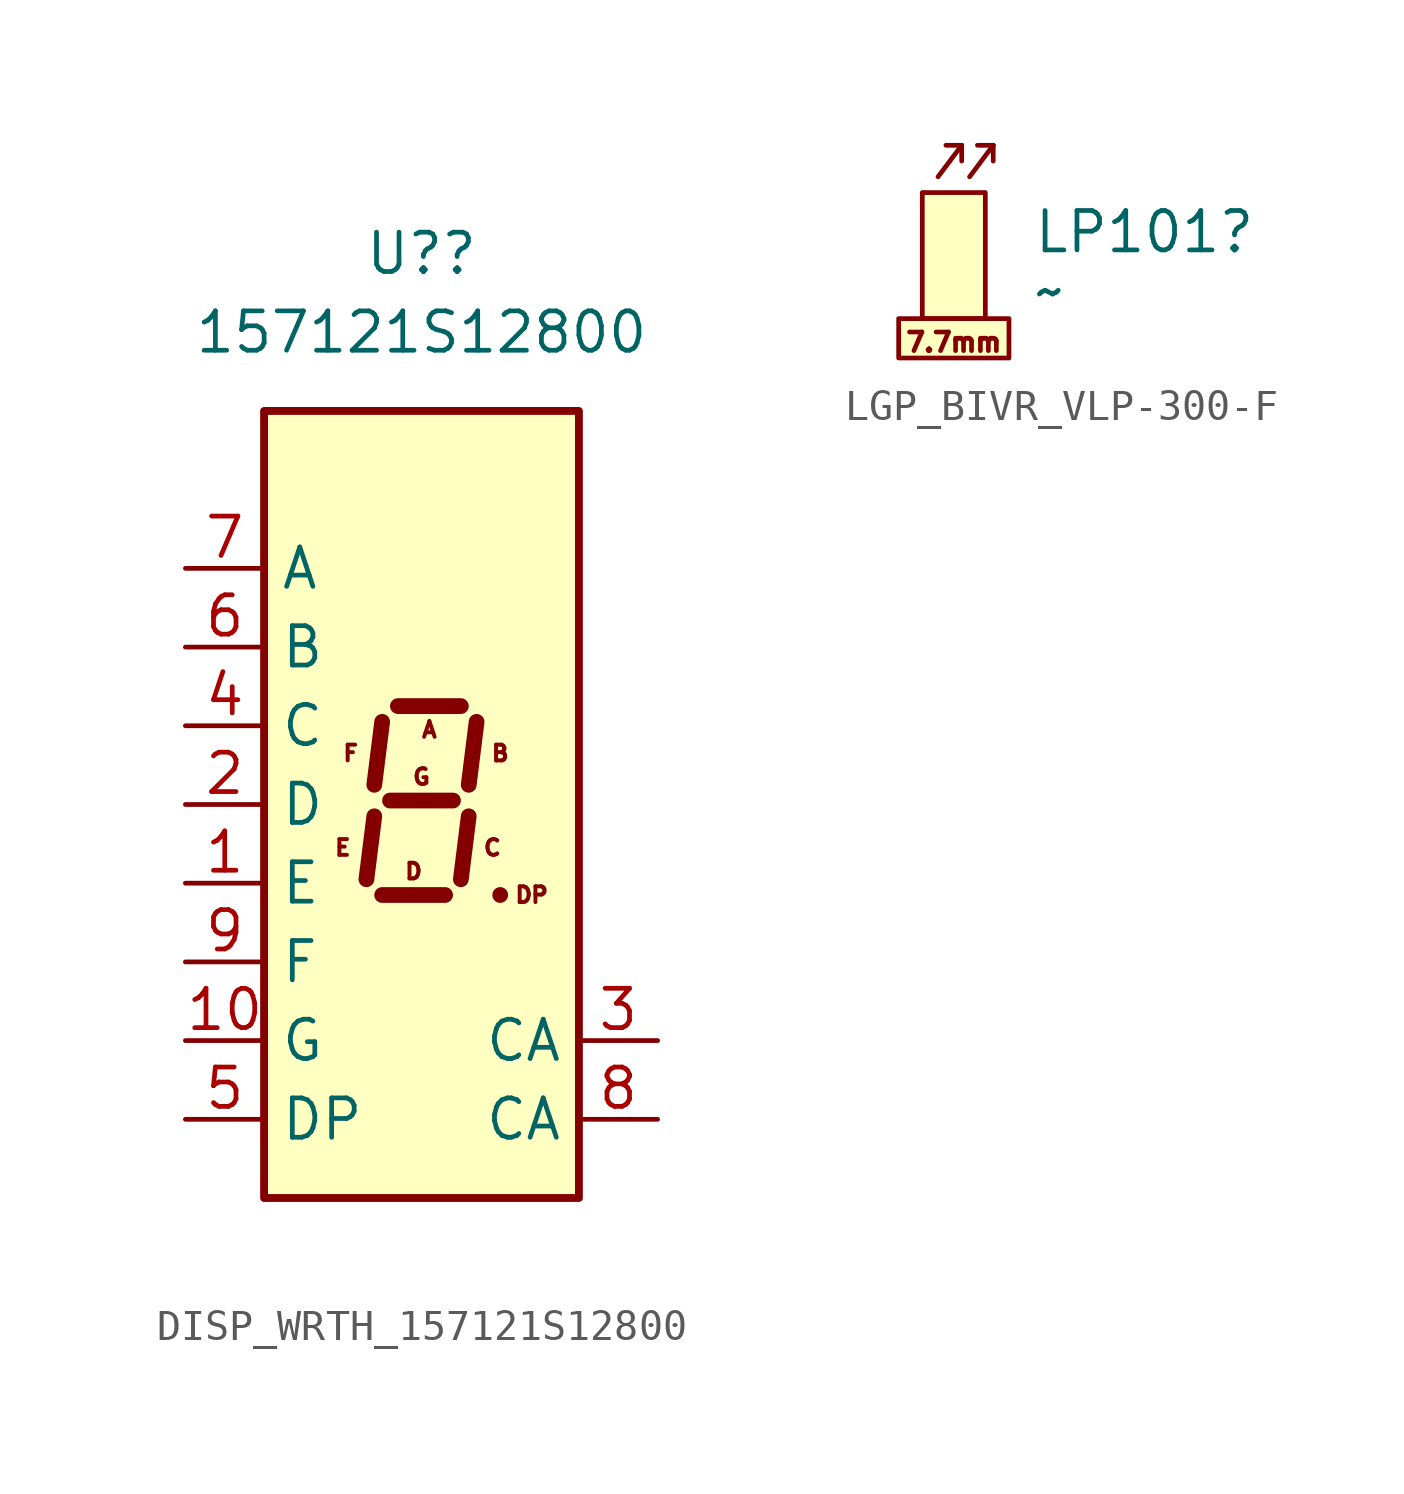
<source format=kicad_sym>
(kicad_symbol_lib
  (version 20231120)
  (generator "kicad_symbol_editor")
  (generator_version "8.0")
  (symbol "DISP_WRTH_157121S12800"
    (property "Reference" "U?"
      (at 0 17.78 0)
      (effects (font (size 1.27 1.27))))
    (property "Value" "157121S12800"
      (at 0 15.24 0)
      (effects (font (size 1.27 1.27))))
    (symbol "DISP_WRTH_157121S12800_1_0"
      (text "A" (at 0.254 2.413 0) (effects (font (size 0.508 0.508))))
      (text "B" (at 2.54 1.651 0) (effects (font (size 0.508 0.508))))
      (text "C" (at 2.286 -1.397 0) (effects (font (size 0.508 0.508))))
      (text "D" (at -0.254 -2.159 0) (effects (font (size 0.508 0.508))))
      (text "DP" (at 3.556 -2.921 0) (effects (font (size 0.508 0.508))))
      (text "E" (at -2.54 -1.397 0) (effects (font (size 0.508 0.508))))
      (text "F" (at -2.286 1.651 0) (effects (font (size 0.508 0.508))))
      (text "G" (at 0 0.889 0) (effects (font (size 0.508 0.508)))))
    (symbol "DISP_WRTH_157121S12800_1_1"
      (rectangle (start -5.08 12.7) (end 5.08 -12.7) (stroke (width 0.254) (type default)) (fill (type background)))
      (polyline (pts (xy -1.524 -0.381) (xy -1.778 -2.413)) (stroke (width 0.508) (type default)) (fill (type none)))
      (polyline (pts (xy -1.27 -2.921) (xy 0.762 -2.921)) (stroke (width 0.508) (type default)) (fill (type none)))
      (polyline (pts (xy -1.27 2.667) (xy -1.524 0.635)) (stroke (width 0.508) (type default)) (fill (type none)))
      (polyline (pts (xy -1.016 0.127) (xy 1.016 0.127)) (stroke (width 0.508) (type default)) (fill (type none)))
      (polyline (pts (xy -0.762 3.175) (xy 1.27 3.175)) (stroke (width 0.508) (type default)) (fill (type none)))
      (polyline (pts (xy 1.524 -0.381) (xy 1.27 -2.413)) (stroke (width 0.508) (type default)) (fill (type none)))
      (polyline (pts (xy 1.778 2.667) (xy 1.524 0.635)) (stroke (width 0.508) (type default)) (fill (type none)))
      (polyline (pts (xy 2.54 -2.921) (xy 2.54 -2.921)) (stroke (width 0.508) (type default)) (fill (type none)))
      (pin input line (at -7.62 -2.54 0) (length 2.54) (name "E" (effects (font (size 1.27 1.27)))) (number "1" (effects (font (size 1.27 1.27)))))
      (pin input line (at -7.62 -7.62 0) (length 2.54) (name "G" (effects (font (size 1.27 1.27)))) (number "10" (effects (font (size 1.27 1.27)))))
      (pin input line (at -7.62 0 0) (length 2.54) (name "D" (effects (font (size 1.27 1.27)))) (number "2" (effects (font (size 1.27 1.27)))))
      (pin input line (at 7.62 -7.62 180) (length 2.54) (name "CA" (effects (font (size 1.27 1.27)))) (number "3" (effects (font (size 1.27 1.27)))))
      (pin input line (at -7.62 2.54 0) (length 2.54) (name "C" (effects (font (size 1.27 1.27)))) (number "4" (effects (font (size 1.27 1.27)))))
      (pin input line (at -7.62 -10.16 0) (length 2.54) (name "DP" (effects (font (size 1.27 1.27)))) (number "5" (effects (font (size 1.27 1.27)))))
      (pin input line (at -7.62 5.08 0) (length 2.54) (name "B" (effects (font (size 1.27 1.27)))) (number "6" (effects (font (size 1.27 1.27)))))
      (pin input line (at -7.62 7.62 0) (length 2.54) (name "A" (effects (font (size 1.27 1.27)))) (number "7" (effects (font (size 1.27 1.27)))))
      (pin input line (at 7.62 -10.16 180) (length 2.54) (name "CA" (effects (font (size 1.27 1.27)))) (number "8" (effects (font (size 1.27 1.27)))))
      (pin input line (at -7.62 -5.08 0) (length 2.54) (name "F" (effects (font (size 1.27 1.27)))) (number "9" (effects (font (size 1.27 1.27)))))))
  (symbol "LGP_BIVR_VLP-300-F"
    (property "Reference" "LP101"
      (at 2.54 4.064 0)
      (effects (font (size 1.27 1.27)) (justify left)))
    (property "Value" "~"
      (at 2.54 2.159 0)
      (effects (font (size 1.27 1.27)) (justify left)))
    (symbol "LGP_BIVR_VLP-300-F_0_1"
      (rectangle (start -1.778 1.27) (end 1.778 0) (stroke (width 0) (type default)) (fill (type background)))
      (rectangle (start -1.016 5.334) (end 1.016 1.27) (stroke (width 0) (type default)) (fill (type background)))
      (polyline (pts (xy -0.508 5.842) (xy 0.254 6.858)) (stroke (width 0) (type default)) (fill (type none)))
      (polyline (pts (xy 0.254 6.858) (xy -0.254 6.858)) (stroke (width 0) (type default)) (fill (type none)))
      (polyline (pts (xy 0.254 6.858) (xy 0.254 6.35)) (stroke (width 0) (type default)) (fill (type none)))
      (polyline (pts (xy 0.508 5.842) (xy 1.27 6.858)) (stroke (width 0) (type default)) (fill (type none)))
      (polyline (pts (xy 1.27 6.858) (xy 0.762 6.858)) (stroke (width 0) (type default)) (fill (type none)))
      (polyline (pts (xy 1.27 6.858) (xy 1.27 6.35)) (stroke (width 0) (type default)) (fill (type none))))
    (symbol "LGP_BIVR_VLP-300-F_1_1"
      (text "7.7mm" (at 0 0.508 0) (effects (font (size 0.6 0.6)))))))
</source>
